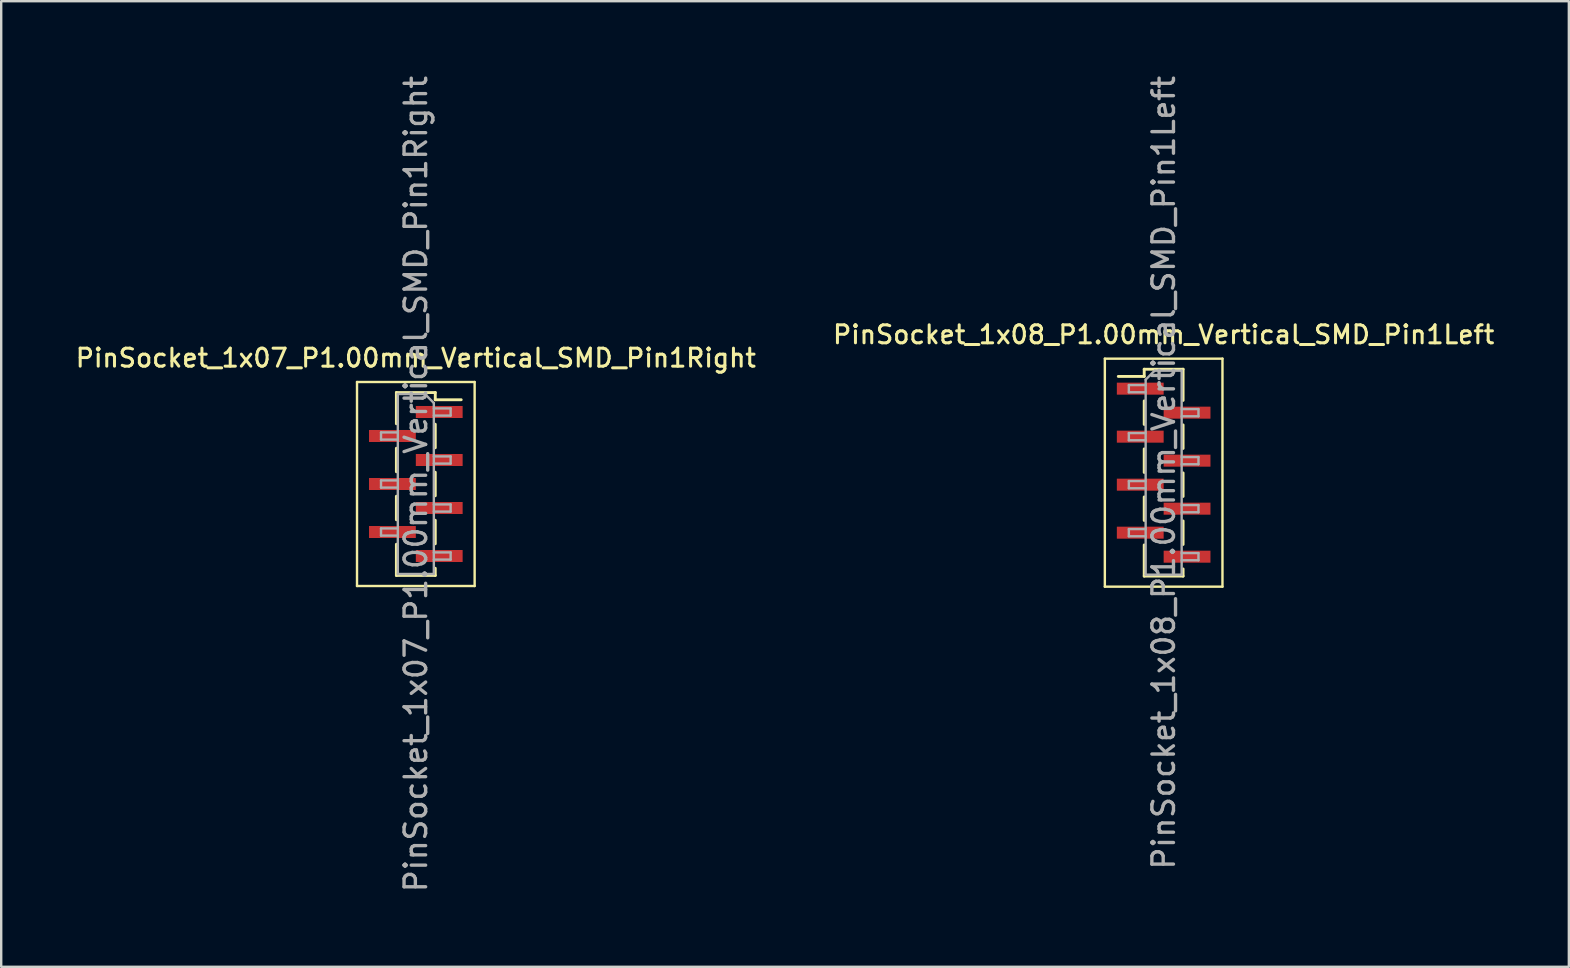
<source format=kicad_pcb>
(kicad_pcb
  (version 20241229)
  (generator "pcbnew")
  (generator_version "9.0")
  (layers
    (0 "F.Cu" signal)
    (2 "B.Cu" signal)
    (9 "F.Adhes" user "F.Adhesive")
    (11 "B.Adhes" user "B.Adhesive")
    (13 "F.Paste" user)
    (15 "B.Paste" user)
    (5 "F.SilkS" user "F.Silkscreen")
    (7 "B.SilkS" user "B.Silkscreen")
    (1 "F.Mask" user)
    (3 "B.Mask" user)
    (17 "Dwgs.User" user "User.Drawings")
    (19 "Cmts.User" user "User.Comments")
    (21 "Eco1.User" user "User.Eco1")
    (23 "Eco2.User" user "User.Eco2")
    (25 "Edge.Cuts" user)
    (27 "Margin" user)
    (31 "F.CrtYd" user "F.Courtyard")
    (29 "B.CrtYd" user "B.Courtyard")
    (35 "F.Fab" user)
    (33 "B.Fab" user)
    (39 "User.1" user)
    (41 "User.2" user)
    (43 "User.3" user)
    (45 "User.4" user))
  (footprint "PinSocket_1x07_P1.00mm_Vertical_SMD_Pin1Right"
    (layer "F.Cu")
    (at 14.273 17.113)
    (property "Reference" "PinSocket_1x07_P1.00mm_Vertical_SMD_Pin1Right" (at 0 -5.25 0) (layer "F.SilkS") (effects (font (size 0.75 0.75) (thickness 0.125))))
    (attr smd)
    (fp_line (start -2.45 -4.25) (end 2.45 -4.25) (stroke (width 0.1) (type solid)) (layer "F.SilkS"))
    (fp_line (start -2.45 4.25) (end -2.45 -4.25) (stroke (width 0.1) (type solid)) (layer "F.SilkS"))
    (fp_line (start -0.81 -3.81) (end -0.81 -2.51) (stroke (width 0.12) (type solid)) (layer "F.SilkS"))
    (fp_line (start -0.81 -3.81) (end 0.81 -3.81) (stroke (width 0.12) (type solid)) (layer "F.SilkS"))
    (fp_line (start -0.81 -1.49) (end -0.81 -0.51) (stroke (width 0.12) (type solid)) (layer "F.SilkS"))
    (fp_line (start -0.81 0.51) (end -0.81 1.49) (stroke (width 0.12) (type solid)) (layer "F.SilkS"))
    (fp_line (start -0.81 2.51) (end -0.81 3.81) (stroke (width 0.12) (type solid)) (layer "F.SilkS"))
    (fp_line (start -0.81 3.81) (end 0.81 3.81) (stroke (width 0.12) (type solid)) (layer "F.SilkS"))
    (fp_line (start 0.81 -3.81) (end 0.81 -3.51) (stroke (width 0.12) (type solid)) (layer "F.SilkS"))
    (fp_line (start 0.81 -3.51) (end 1.89 -3.51) (stroke (width 0.12) (type solid)) (layer "F.SilkS"))
    (fp_line (start 0.81 -2.49) (end 0.81 -1.51) (stroke (width 0.12) (type solid)) (layer "F.SilkS"))
    (fp_line (start 0.81 -0.49) (end 0.81 0.49) (stroke (width 0.12) (type solid)) (layer "F.SilkS"))
    (fp_line (start 0.81 1.51) (end 0.81 2.49) (stroke (width 0.12) (type solid)) (layer "F.SilkS"))
    (fp_line (start 0.81 3.51) (end 0.81 3.81) (stroke (width 0.12) (type solid)) (layer "F.SilkS"))
    (fp_line (start 2.45 -4.25) (end 2.45 4.25) (stroke (width 0.1) (type solid)) (layer "F.SilkS"))
    (fp_line (start 2.45 4.25) (end -2.45 4.25) (stroke (width 0.1) (type solid)) (layer "F.SilkS"))
    (fp_line (start -1.45 -2.15) (end -0.75 -2.15) (stroke (width 0.1) (type solid)) (layer "F.Fab"))
    (fp_line (start -1.45 -1.85) (end -1.45 -2.15) (stroke (width 0.1) (type solid)) (layer "F.Fab"))
    (fp_line (start -1.45 -0.15) (end -0.75 -0.15) (stroke (width 0.1) (type solid)) (layer "F.Fab"))
    (fp_line (start -1.45 0.15) (end -1.45 -0.15) (stroke (width 0.1) (type solid)) (layer "F.Fab"))
    (fp_line (start -1.45 1.85) (end -0.75 1.85) (stroke (width 0.1) (type solid)) (layer "F.Fab"))
    (fp_line (start -1.45 2.15) (end -1.45 1.85) (stroke (width 0.1) (type solid)) (layer "F.Fab"))
    (fp_line (start -0.75 -3.75) (end 0.375 -3.75) (stroke (width 0.1) (type solid)) (layer "F.Fab"))
    (fp_line (start -0.75 -1.85) (end -1.45 -1.85) (stroke (width 0.1) (type solid)) (layer "F.Fab"))
    (fp_line (start -0.75 0.15) (end -1.45 0.15) (stroke (width 0.1) (type solid)) (layer "F.Fab"))
    (fp_line (start -0.75 2.15) (end -1.45 2.15) (stroke (width 0.1) (type solid)) (layer "F.Fab"))
    (fp_line (start -0.75 3.75) (end -0.75 -3.75) (stroke (width 0.1) (type solid)) (layer "F.Fab"))
    (fp_line (start 0.375 -3.75) (end 0.75 -3.375) (stroke (width 0.1) (type solid)) (layer "F.Fab"))
    (fp_line (start 0.75 -3.375) (end 0.75 3.75) (stroke (width 0.1) (type solid)) (layer "F.Fab"))
    (fp_line (start 0.75 -3.15) (end 1.45 -3.15) (stroke (width 0.1) (type solid)) (layer "F.Fab"))
    (fp_line (start 0.75 -1.15) (end 1.45 -1.15) (stroke (width 0.1) (type solid)) (layer "F.Fab"))
    (fp_line (start 0.75 0.85) (end 1.45 0.85) (stroke (width 0.1) (type solid)) (layer "F.Fab"))
    (fp_line (start 0.75 2.85) (end 1.45 2.85) (stroke (width 0.1) (type solid)) (layer "F.Fab"))
    (fp_line (start 0.75 3.75) (end -0.75 3.75) (stroke (width 0.1) (type solid)) (layer "F.Fab"))
    (fp_line (start 1.45 -3.15) (end 1.45 -2.85) (stroke (width 0.1) (type solid)) (layer "F.Fab"))
    (fp_line (start 1.45 -2.85) (end 0.75 -2.85) (stroke (width 0.1) (type solid)) (layer "F.Fab"))
    (fp_line (start 1.45 -1.15) (end 1.45 -0.85) (stroke (width 0.1) (type solid)) (layer "F.Fab"))
    (fp_line (start 1.45 -0.85) (end 0.75 -0.85) (stroke (width 0.1) (type solid)) (layer "F.Fab"))
    (fp_line (start 1.45 0.85) (end 1.45 1.15) (stroke (width 0.1) (type solid)) (layer "F.Fab"))
    (fp_line (start 1.45 1.15) (end 0.75 1.15) (stroke (width 0.1) (type solid)) (layer "F.Fab"))
    (fp_line (start 1.45 2.85) (end 1.45 3.15) (stroke (width 0.1) (type solid)) (layer "F.Fab"))
    (fp_line (start 1.45 3.15) (end 0.75 3.15) (stroke (width 0.1) (type solid)) (layer "F.Fab"))
    (fp_text user "${REFERENCE}" (at 0 0 90) (layer "F.Fab") (effects (font (size 0.9 0.9) (thickness 0.14))))
    (pad "1" smd rect (at 0.975 -3) (size 1.95 0.5) (layers "F.Cu" "F.Mask" "F.Paste"))
    (pad "2" smd rect (at -0.975 -2) (size 1.95 0.5) (layers "F.Cu" "F.Mask" "F.Paste"))
    (pad "3" smd rect (at 0.975 -1) (size 1.95 0.5) (layers "F.Cu" "F.Mask" "F.Paste"))
    (pad "4" smd rect (at -0.975 0) (size 1.95 0.5) (layers "F.Cu" "F.Mask" "F.Paste"))
    (pad "5" smd rect (at 0.975 1) (size 1.95 0.5) (layers "F.Cu" "F.Mask" "F.Paste"))
    (pad "6" smd rect (at -0.975 2) (size 1.95 0.5) (layers "F.Cu" "F.Mask" "F.Paste"))
    (pad "7" smd rect (at 0.975 3) (size 1.95 0.5) (layers "F.Cu" "F.Mask" "F.Paste")))
  (footprint "PinSocket_1x08_P1.00mm_Vertical_SMD_Pin1Left"
    (layer "F.Cu")
    (at 45.427 16.641)
    (property "Reference" "PinSocket_1x08_P1.00mm_Vertical_SMD_Pin1Left" (at 0 -5.75 0) (layer "F.SilkS") (effects (font (size 0.75 0.75) (thickness 0.125))))
    (attr smd)
    (fp_line (start -2.45 -4.75) (end 2.45 -4.75) (stroke (width 0.1) (type solid)) (layer "F.SilkS"))
    (fp_line (start -2.45 4.75) (end -2.45 -4.75) (stroke (width 0.1) (type solid)) (layer "F.SilkS"))
    (fp_line (start -1.89 -4.01) (end -0.81 -4.01) (stroke (width 0.12) (type solid)) (layer "F.SilkS"))
    (fp_line (start -0.81 -4.31) (end -0.81 -4.01) (stroke (width 0.12) (type solid)) (layer "F.SilkS"))
    (fp_line (start -0.81 -4.31) (end 0.81 -4.31) (stroke (width 0.12) (type solid)) (layer "F.SilkS"))
    (fp_line (start -0.81 -2.99) (end -0.81 -2.01) (stroke (width 0.12) (type solid)) (layer "F.SilkS"))
    (fp_line (start -0.81 -0.99) (end -0.81 -0.01) (stroke (width 0.12) (type solid)) (layer "F.SilkS"))
    (fp_line (start -0.81 1.01) (end -0.81 1.99) (stroke (width 0.12) (type solid)) (layer "F.SilkS"))
    (fp_line (start -0.81 3.01) (end -0.81 4.31) (stroke (width 0.12) (type solid)) (layer "F.SilkS"))
    (fp_line (start -0.81 4.31) (end 0.81 4.31) (stroke (width 0.12) (type solid)) (layer "F.SilkS"))
    (fp_line (start 0.81 -4.31) (end 0.81 -3.01) (stroke (width 0.12) (type solid)) (layer "F.SilkS"))
    (fp_line (start 0.81 -1.99) (end 0.81 -1.01) (stroke (width 0.12) (type solid)) (layer "F.SilkS"))
    (fp_line (start 0.81 0.01) (end 0.81 0.99) (stroke (width 0.12) (type solid)) (layer "F.SilkS"))
    (fp_line (start 0.81 2.01) (end 0.81 2.99) (stroke (width 0.12) (type solid)) (layer "F.SilkS"))
    (fp_line (start 0.81 4.01) (end 0.81 4.31) (stroke (width 0.12) (type solid)) (layer "F.SilkS"))
    (fp_line (start 2.45 -4.75) (end 2.45 4.75) (stroke (width 0.1) (type solid)) (layer "F.SilkS"))
    (fp_line (start 2.45 4.75) (end -2.45 4.75) (stroke (width 0.1) (type solid)) (layer "F.SilkS"))
    (fp_line (start -1.45 -3.65) (end -0.75 -3.65) (stroke (width 0.1) (type solid)) (layer "F.Fab"))
    (fp_line (start -1.45 -3.35) (end -1.45 -3.65) (stroke (width 0.1) (type solid)) (layer "F.Fab"))
    (fp_line (start -1.45 -1.65) (end -0.75 -1.65) (stroke (width 0.1) (type solid)) (layer "F.Fab"))
    (fp_line (start -1.45 -1.35) (end -1.45 -1.65) (stroke (width 0.1) (type solid)) (layer "F.Fab"))
    (fp_line (start -1.45 0.35) (end -0.75 0.35) (stroke (width 0.1) (type solid)) (layer "F.Fab"))
    (fp_line (start -1.45 0.65) (end -1.45 0.35) (stroke (width 0.1) (type solid)) (layer "F.Fab"))
    (fp_line (start -1.45 2.35) (end -0.75 2.35) (stroke (width 0.1) (type solid)) (layer "F.Fab"))
    (fp_line (start -1.45 2.65) (end -1.45 2.35) (stroke (width 0.1) (type solid)) (layer "F.Fab"))
    (fp_line (start -0.75 -3.875) (end -0.375 -4.25) (stroke (width 0.1) (type solid)) (layer "F.Fab"))
    (fp_line (start -0.75 -3.35) (end -1.45 -3.35) (stroke (width 0.1) (type solid)) (layer "F.Fab"))
    (fp_line (start -0.75 -1.35) (end -1.45 -1.35) (stroke (width 0.1) (type solid)) (layer "F.Fab"))
    (fp_line (start -0.75 0.65) (end -1.45 0.65) (stroke (width 0.1) (type solid)) (layer "F.Fab"))
    (fp_line (start -0.75 2.65) (end -1.45 2.65) (stroke (width 0.1) (type solid)) (layer "F.Fab"))
    (fp_line (start -0.75 4.25) (end -0.75 -3.875) (stroke (width 0.1) (type solid)) (layer "F.Fab"))
    (fp_line (start -0.375 -4.25) (end 0.75 -4.25) (stroke (width 0.1) (type solid)) (layer "F.Fab"))
    (fp_line (start 0.75 -4.25) (end 0.75 4.25) (stroke (width 0.1) (type solid)) (layer "F.Fab"))
    (fp_line (start 0.75 -2.65) (end 1.45 -2.65) (stroke (width 0.1) (type solid)) (layer "F.Fab"))
    (fp_line (start 0.75 -0.65) (end 1.45 -0.65) (stroke (width 0.1) (type solid)) (layer "F.Fab"))
    (fp_line (start 0.75 1.35) (end 1.45 1.35) (stroke (width 0.1) (type solid)) (layer "F.Fab"))
    (fp_line (start 0.75 3.35) (end 1.45 3.35) (stroke (width 0.1) (type solid)) (layer "F.Fab"))
    (fp_line (start 0.75 4.25) (end -0.75 4.25) (stroke (width 0.1) (type solid)) (layer "F.Fab"))
    (fp_line (start 1.45 -2.65) (end 1.45 -2.35) (stroke (width 0.1) (type solid)) (layer "F.Fab"))
    (fp_line (start 1.45 -2.35) (end 0.75 -2.35) (stroke (width 0.1) (type solid)) (layer "F.Fab"))
    (fp_line (start 1.45 -0.65) (end 1.45 -0.35) (stroke (width 0.1) (type solid)) (layer "F.Fab"))
    (fp_line (start 1.45 -0.35) (end 0.75 -0.35) (stroke (width 0.1) (type solid)) (layer "F.Fab"))
    (fp_line (start 1.45 1.35) (end 1.45 1.65) (stroke (width 0.1) (type solid)) (layer "F.Fab"))
    (fp_line (start 1.45 1.65) (end 0.75 1.65) (stroke (width 0.1) (type solid)) (layer "F.Fab"))
    (fp_line (start 1.45 3.35) (end 1.45 3.65) (stroke (width 0.1) (type solid)) (layer "F.Fab"))
    (fp_line (start 1.45 3.65) (end 0.75 3.65) (stroke (width 0.1) (type solid)) (layer "F.Fab"))
    (fp_text user "${REFERENCE}" (at 0 0 90) (layer "F.Fab") (effects (font (size 0.9 0.9) (thickness 0.14))))
    (pad "1" smd rect (at -0.975 -3.5) (size 1.95 0.5) (layers "F.Cu" "F.Mask" "F.Paste"))
    (pad "2" smd rect (at 0.975 -2.5) (size 1.95 0.5) (layers "F.Cu" "F.Mask" "F.Paste"))
    (pad "3" smd rect (at -0.975 -1.5) (size 1.95 0.5) (layers "F.Cu" "F.Mask" "F.Paste"))
    (pad "4" smd rect (at 0.975 -0.5) (size 1.95 0.5) (layers "F.Cu" "F.Mask" "F.Paste"))
    (pad "5" smd rect (at -0.975 0.5) (size 1.95 0.5) (layers "F.Cu" "F.Mask" "F.Paste"))
    (pad "6" smd rect (at 0.975 1.5) (size 1.95 0.5) (layers "F.Cu" "F.Mask" "F.Paste"))
    (pad "7" smd rect (at -0.975 2.5) (size 1.95 0.5) (layers "F.Cu" "F.Mask" "F.Paste"))
    (pad "8" smd rect (at 0.975 3.5) (size 1.95 0.5) (layers "F.Cu" "F.Mask" "F.Paste")))
  (gr_rect
    (start -3 -3)
    (end 62.307 37.226)
    (stroke (width 0.1) (type default))
    (fill no)
    (layer "Edge.Cuts")))
</source>
